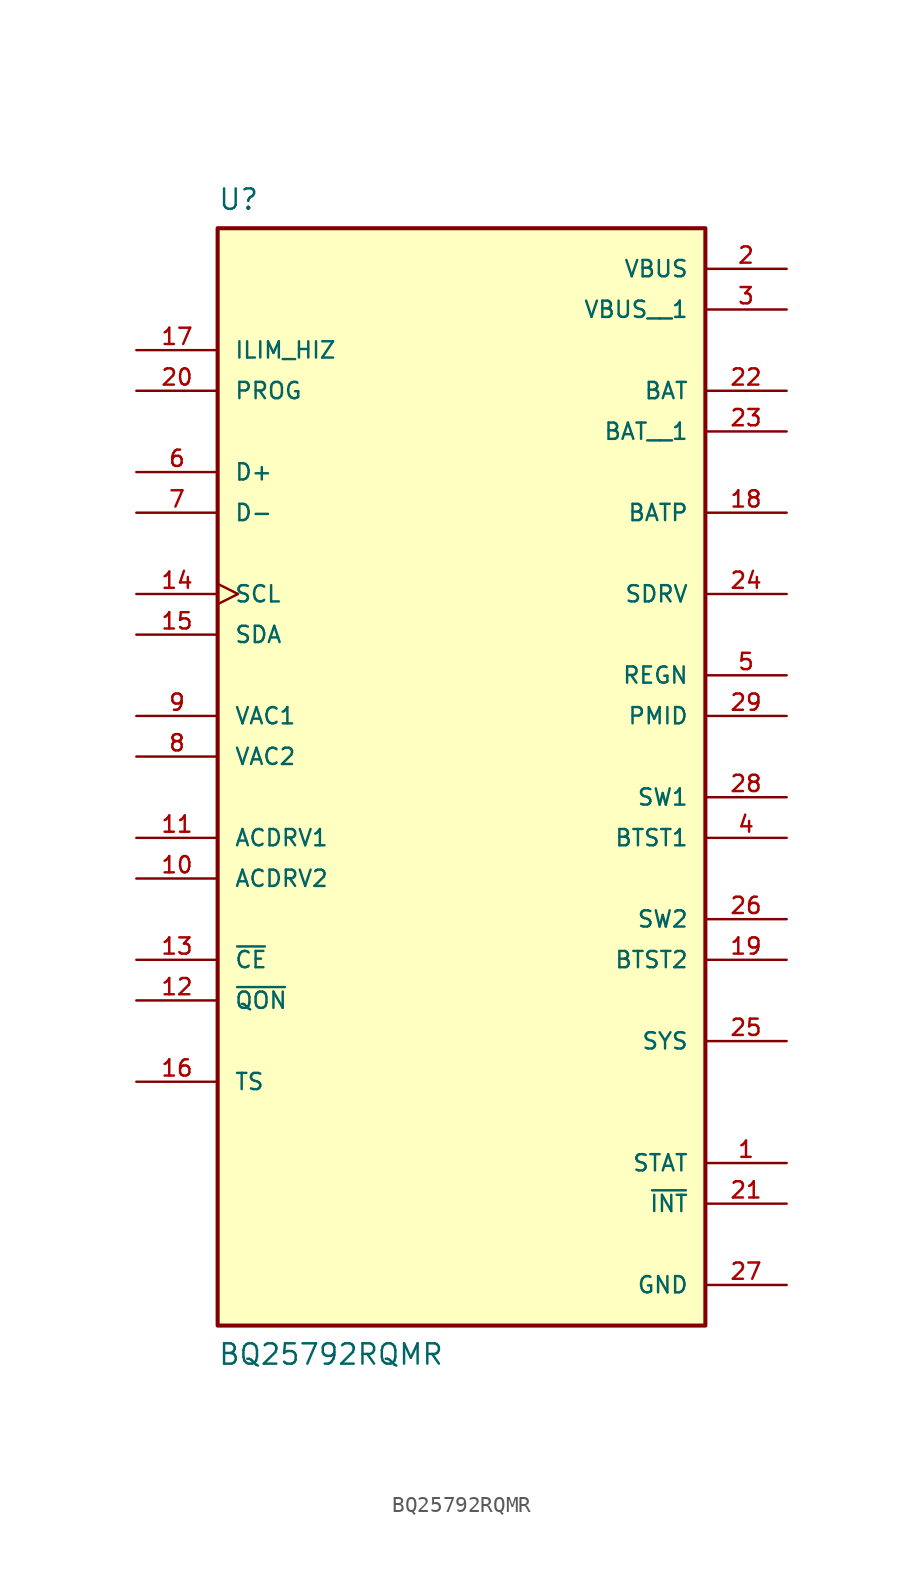
<source format=kicad_sym>
(kicad_symbol_lib
  (version 20241209)
  (generator "kicad_symbol_editor")
  (generator_version "9.0")
  (symbol "BQ25792RQMR"
    (pin_names
      (offset 1.016))
    (property "Reference" "U"
      (at -15.24 35.56 0)
      (effects (font (size 1.27 1.27)) (justify left top)))
    (property "Value" "BQ25792RQMR"
      (at -15.24 -38.1 0)
      (effects (font (size 1.27 1.27)) (justify left bottom)))
    (symbol "BQ25792RQMR_0_0"
      (rectangle (start -15.24 33.02) (end 15.24 -35.56) (stroke (width 0.254) (type default)) (fill (type background)))
      (pin input line (at -20.32 25.4 0) (length 5.08) (name "ILIM_HIZ" (effects (font (size 1.016 1.016)))) (number "17" (effects (font (size 1.016 1.016)))))
      (pin input line (at -20.32 22.86 0) (length 5.08) (name "PROG" (effects (font (size 1.016 1.016)))) (number "20" (effects (font (size 1.016 1.016)))))
      (pin bidirectional line (at -20.32 17.78 0) (length 5.08) (name "D+" (effects (font (size 1.016 1.016)))) (number "6" (effects (font (size 1.016 1.016)))))
      (pin bidirectional line (at -20.32 15.24 0) (length 5.08) (name "D-" (effects (font (size 1.016 1.016)))) (number "7" (effects (font (size 1.016 1.016)))))
      (pin input clock (at -20.32 10.16 0) (length 5.08) (name "SCL" (effects (font (size 1.016 1.016)))) (number "14" (effects (font (size 1.016 1.016)))))
      (pin bidirectional line (at -20.32 7.62 0) (length 5.08) (name "SDA" (effects (font (size 1.016 1.016)))) (number "15" (effects (font (size 1.016 1.016)))))
      (pin power_in line (at -20.32 2.54 0) (length 5.08) (name "VAC1" (effects (font (size 1.016 1.016)))) (number "9" (effects (font (size 1.016 1.016)))))
      (pin power_in line (at -20.32 0 0) (length 5.08) (name "VAC2" (effects (font (size 1.016 1.016)))) (number "8" (effects (font (size 1.016 1.016)))))
      (pin power_in line (at -20.32 -5.08 0) (length 5.08) (name "ACDRV1" (effects (font (size 1.016 1.016)))) (number "11" (effects (font (size 1.016 1.016)))))
      (pin power_in line (at -20.32 -7.62 0) (length 5.08) (name "ACDRV2" (effects (font (size 1.016 1.016)))) (number "10" (effects (font (size 1.016 1.016)))))
      (pin input line (at -20.32 -12.7 0) (length 5.08) (name "~{CE}" (effects (font (size 1.016 1.016)))) (number "13" (effects (font (size 1.016 1.016)))))
      (pin input line (at -20.32 -15.24 0) (length 5.08) (name "~{QON}" (effects (font (size 1.016 1.016)))) (number "12" (effects (font (size 1.016 1.016)))))
      (pin input line (at -20.32 -20.32 0) (length 5.08) (name "TS" (effects (font (size 1.016 1.016)))) (number "16" (effects (font (size 1.016 1.016)))))
      (pin power_in line (at 20.32 30.48 180) (length 5.08) (name "VBUS" (effects (font (size 1.016 1.016)))) (number "2" (effects (font (size 1.016 1.016)))))
      (pin power_in line (at 20.32 27.94 180) (length 5.08) (name "VBUS__1" (effects (font (size 1.016 1.016)))) (number "3" (effects (font (size 1.016 1.016)))))
      (pin power_in line (at 20.32 22.86 180) (length 5.08) (name "BAT" (effects (font (size 1.016 1.016)))) (number "22" (effects (font (size 1.016 1.016)))))
      (pin power_in line (at 20.32 20.32 180) (length 5.08) (name "BAT__1" (effects (font (size 1.016 1.016)))) (number "23" (effects (font (size 1.016 1.016)))))
      (pin power_in line (at 20.32 15.24 180) (length 5.08) (name "BATP" (effects (font (size 1.016 1.016)))) (number "18" (effects (font (size 1.016 1.016)))))
      (pin power_in line (at 20.32 10.16 180) (length 5.08) (name "SDRV" (effects (font (size 1.016 1.016)))) (number "24" (effects (font (size 1.016 1.016)))))
      (pin power_in line (at 20.32 5.08 180) (length 5.08) (name "REGN" (effects (font (size 1.016 1.016)))) (number "5" (effects (font (size 1.016 1.016)))))
      (pin power_in line (at 20.32 2.54 180) (length 5.08) (name "PMID" (effects (font (size 1.016 1.016)))) (number "29" (effects (font (size 1.016 1.016)))))
      (pin power_in line (at 20.32 -2.54 180) (length 5.08) (name "SW1" (effects (font (size 1.016 1.016)))) (number "28" (effects (font (size 1.016 1.016)))))
      (pin power_in line (at 20.32 -5.08 180) (length 5.08) (name "BTST1" (effects (font (size 1.016 1.016)))) (number "4" (effects (font (size 1.016 1.016)))))
      (pin power_in line (at 20.32 -10.16 180) (length 5.08) (name "SW2" (effects (font (size 1.016 1.016)))) (number "26" (effects (font (size 1.016 1.016)))))
      (pin power_in line (at 20.32 -12.7 180) (length 5.08) (name "BTST2" (effects (font (size 1.016 1.016)))) (number "19" (effects (font (size 1.016 1.016)))))
      (pin power_in line (at 20.32 -17.78 180) (length 5.08) (name "SYS" (effects (font (size 1.016 1.016)))) (number "25" (effects (font (size 1.016 1.016)))))
      (pin output line (at 20.32 -25.4 180) (length 5.08) (name "STAT" (effects (font (size 1.016 1.016)))) (number "1" (effects (font (size 1.016 1.016)))))
      (pin output line (at 20.32 -27.94 180) (length 5.08) (name "~{INT}" (effects (font (size 1.016 1.016)))) (number "21" (effects (font (size 1.016 1.016)))))
      (pin power_in line (at 20.32 -33.02 180) (length 5.08) (name "GND" (effects (font (size 1.016 1.016)))) (number "27" (effects (font (size 1.016 1.016))))))))
</source>
